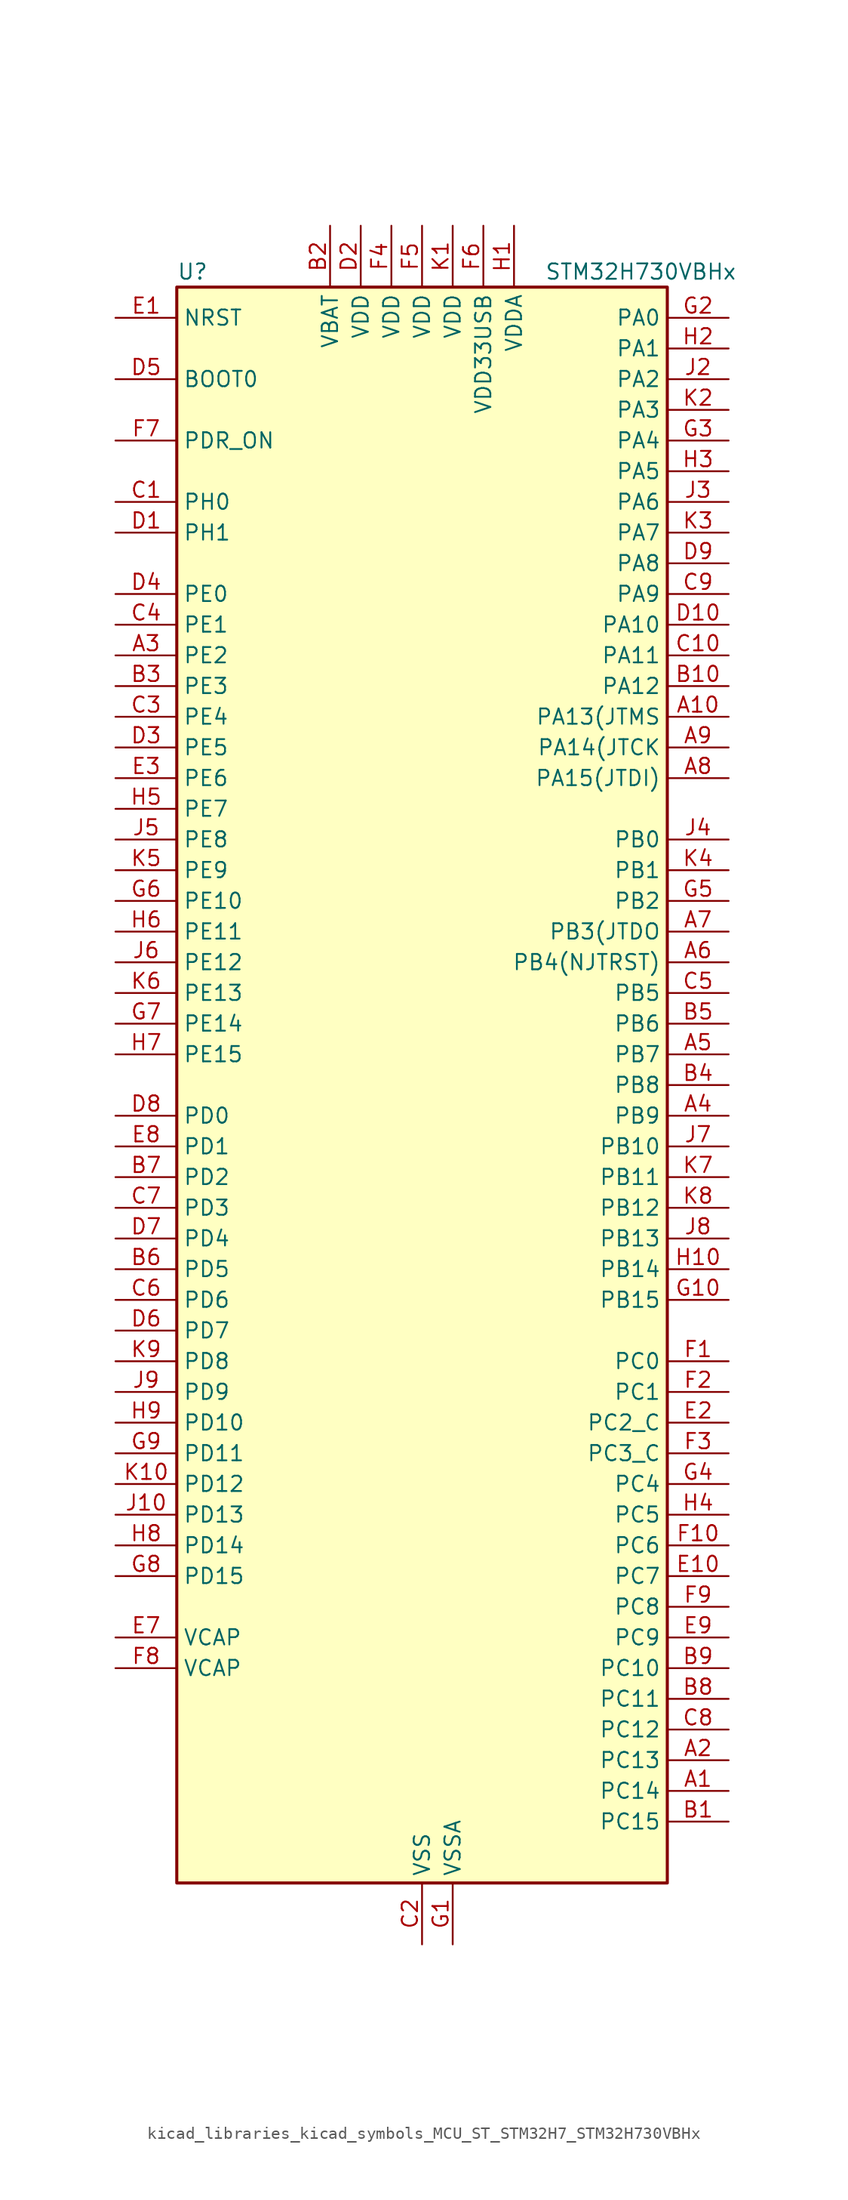
<source format=kicad_sym>
(kicad_symbol_lib
  (version 20220914)
  (generator kicad_symbol_editor)
  (symbol "kicad_libraries_kicad_symbols_MCU_ST_STM32H7_STM32H730VBHx"
    (property "Reference" "U"
      (at -20.32 67.31 0)
      (effects (font (size 1.27 1.27)) (justify left)))
    (property "Value" "STM32H730VBHx"
      (at 10.16 67.31 0)
      (effects (font (size 1.27 1.27)) (justify left)))
    (property "ki_locked" ""
      (at 0 0 0)
      (effects (font (size 1.27 1.27))))
    (symbol "kicad_libraries_kicad_symbols_MCU_ST_STM32H7_STM32H730VBHx_0_1"
      (rectangle (start -20.32 -66.04) (end 20.32 66.04) (stroke (width 0.254) (type default)) (fill (type background))))
    (symbol "kicad_libraries_kicad_symbols_MCU_ST_STM32H7_STM32H730VBHx_1_1"
      (pin bidirectional line (at 25.4 -58.42 180) (length 5.08) (name "PC14" (effects (font (size 1.27 1.27)))) (number "A1" (effects (font (size 1.27 1.27)))) (alternate "RCC_OSC32_IN" bidirectional line))
      (pin bidirectional line (at 25.4 30.48 180) (length 5.08) (name "PA13(JTMS" (effects (font (size 1.27 1.27)))) (number "A10" (effects (font (size 1.27 1.27)))) (alternate "DEBUG_JTMS-SWDIO" bidirectional line))
      (pin bidirectional line (at 25.4 -55.88 180) (length 5.08) (name "PC13" (effects (font (size 1.27 1.27)))) (number "A2" (effects (font (size 1.27 1.27)))) (alternate "PWR_WKUP4" bidirectional line) (alternate "RTC_OUT_ALARM" bidirectional line) (alternate "RTC_OUT_CALIB" bidirectional line) (alternate "RTC_TAMP1" bidirectional line) (alternate "RTC_TS" bidirectional line))
      (pin bidirectional line (at -25.4 35.56 0) (length 5.08) (name "PE2" (effects (font (size 1.27 1.27)))) (number "A3" (effects (font (size 1.27 1.27)))) (alternate "DEBUG_TRACECLK" bidirectional line) (alternate "ETH_TXD3" bidirectional line) (alternate "FMC_A23" bidirectional line) (alternate "OCTOSPIM_P1_IO2" bidirectional line) (alternate "SAI1_CK1" bidirectional line) (alternate "SAI1_MCLK_A" bidirectional line) (alternate "SAI4_CK1" bidirectional line) (alternate "SAI4_MCLK_A" bidirectional line) (alternate "SPI4_SCK" bidirectional line) (alternate "USART10_RX" bidirectional line))
      (pin bidirectional line (at 25.4 -2.54 180) (length 5.08) (name "PB9" (effects (font (size 1.27 1.27)))) (number "A4" (effects (font (size 1.27 1.27)))) (alternate "DAC1_EXTI9" bidirectional line) (alternate "DCMI_D7" bidirectional line) (alternate "DFSDM1_DATIN7" bidirectional line) (alternate "FDCAN1_TX" bidirectional line) (alternate "I2C1_SDA" bidirectional line) (alternate "I2C4_SDA" bidirectional line) (alternate "I2C4_SMBA" bidirectional line) (alternate "I2S2_WS" bidirectional line) (alternate "LTDC_B7" bidirectional line) (alternate "PSSI_D7" bidirectional line) (alternate "SDMMC1_CDIR" bidirectional line) (alternate "SDMMC1_D5" bidirectional line) (alternate "SDMMC2_D5" bidirectional line) (alternate "SPI2_NSS" bidirectional line) (alternate "TIM17_CH1" bidirectional line) (alternate "TIM4_CH4" bidirectional line) (alternate "UART4_TX" bidirectional line))
      (pin bidirectional line (at 25.4 2.54 180) (length 5.08) (name "PB7" (effects (font (size 1.27 1.27)))) (number "A5" (effects (font (size 1.27 1.27)))) (alternate "DCMI_VSYNC" bidirectional line) (alternate "DFSDM1_CKIN5" bidirectional line) (alternate "FMC_NL" bidirectional line) (alternate "I2C1_SDA" bidirectional line) (alternate "I2C4_SDA" bidirectional line) (alternate "LPUART1_RX" bidirectional line) (alternate "PSSI_RDY" bidirectional line) (alternate "PWR_PVD_IN" bidirectional line) (alternate "TIM17_CH1N" bidirectional line) (alternate "TIM4_CH2" bidirectional line) (alternate "USART1_RX" bidirectional line))
      (pin bidirectional line (at 25.4 10.16 180) (length 5.08) (name "PB4(NJTRST)" (effects (font (size 1.27 1.27)))) (number "A6" (effects (font (size 1.27 1.27)))) (alternate "DEBUG_JTRST" bidirectional line) (alternate "I2S1_SDI" bidirectional line) (alternate "I2S2_WS" bidirectional line) (alternate "I2S3_SDI" bidirectional line) (alternate "I2S6_SDI" bidirectional line) (alternate "SDMMC2_D3" bidirectional line) (alternate "SPI1_MISO" bidirectional line) (alternate "SPI2_NSS" bidirectional line) (alternate "SPI3_MISO" bidirectional line) (alternate "SPI6_MISO" bidirectional line) (alternate "TIM16_BKIN" bidirectional line) (alternate "TIM3_CH1" bidirectional line) (alternate "UART7_TX" bidirectional line))
      (pin bidirectional line (at 25.4 12.7 180) (length 5.08) (name "PB3(JTDO" (effects (font (size 1.27 1.27)))) (number "A7" (effects (font (size 1.27 1.27)))) (alternate "CRS_SYNC" bidirectional line) (alternate "DEBUG_JTDO-SWO" bidirectional line) (alternate "I2S1_CK" bidirectional line) (alternate "I2S3_CK" bidirectional line) (alternate "I2S6_CK" bidirectional line) (alternate "SDMMC2_D2" bidirectional line) (alternate "SPI1_SCK" bidirectional line) (alternate "SPI3_SCK" bidirectional line) (alternate "SPI6_SCK" bidirectional line) (alternate "TIM24_ETR" bidirectional line) (alternate "TIM2_CH2" bidirectional line) (alternate "UART7_RX" bidirectional line))
      (pin bidirectional line (at 25.4 25.4 180) (length 5.08) (name "PA15(JTDI)" (effects (font (size 1.27 1.27)))) (number "A8" (effects (font (size 1.27 1.27)))) (alternate "ADC1_EXTI15" bidirectional line) (alternate "ADC2_EXTI15" bidirectional line) (alternate "ADC3_EXTI15" bidirectional line) (alternate "CEC" bidirectional line) (alternate "DEBUG_JTDI" bidirectional line) (alternate "I2S1_WS" bidirectional line) (alternate "I2S3_WS" bidirectional line) (alternate "I2S6_WS" bidirectional line) (alternate "LTDC_B6" bidirectional line) (alternate "LTDC_R3" bidirectional line) (alternate "SPI1_NSS" bidirectional line) (alternate "SPI3_NSS" bidirectional line) (alternate "SPI6_NSS" bidirectional line) (alternate "TIM2_CH1" bidirectional line) (alternate "TIM2_ETR" bidirectional line) (alternate "UART4_DE" bidirectional line) (alternate "UART4_RTS" bidirectional line) (alternate "UART7_TX" bidirectional line))
      (pin bidirectional line (at 25.4 27.94 180) (length 5.08) (name "PA14(JTCK" (effects (font (size 1.27 1.27)))) (number "A9" (effects (font (size 1.27 1.27)))) (alternate "DEBUG_JTCK-SWCLK" bidirectional line))
      (pin bidirectional line (at 25.4 -60.96 180) (length 5.08) (name "PC15" (effects (font (size 1.27 1.27)))) (number "B1" (effects (font (size 1.27 1.27)))) (alternate "ADC1_EXTI15" bidirectional line) (alternate "ADC2_EXTI15" bidirectional line) (alternate "ADC3_EXTI15" bidirectional line) (alternate "RCC_OSC32_OUT" bidirectional line))
      (pin bidirectional line (at 25.4 33.02 180) (length 5.08) (name "PA12" (effects (font (size 1.27 1.27)))) (number "B10" (effects (font (size 1.27 1.27)))) (alternate "FDCAN1_TX" bidirectional line) (alternate "I2S2_CK" bidirectional line) (alternate "LPUART1_DE" bidirectional line) (alternate "LPUART1_RTS" bidirectional line) (alternate "LTDC_R5" bidirectional line) (alternate "SAI4_FS_B" bidirectional line) (alternate "SPI2_SCK" bidirectional line) (alternate "TIM1_BKIN2" bidirectional line) (alternate "TIM1_ETR" bidirectional line) (alternate "UART4_TX" bidirectional line) (alternate "USART1_DE" bidirectional line) (alternate "USART1_RTS" bidirectional line) (alternate "USB_OTG_HS_DP" bidirectional line))
      (pin power_in line (at -7.62 71.12 270) (length 5.08) (name "VBAT" (effects (font (size 1.27 1.27)))) (number "B2" (effects (font (size 1.27 1.27)))))
      (pin bidirectional line (at -25.4 33.02 0) (length 5.08) (name "PE3" (effects (font (size 1.27 1.27)))) (number "B3" (effects (font (size 1.27 1.27)))) (alternate "DEBUG_TRACED0" bidirectional line) (alternate "FMC_A19" bidirectional line) (alternate "SAI1_SD_B" bidirectional line) (alternate "SAI4_SD_B" bidirectional line) (alternate "TIM15_BKIN" bidirectional line) (alternate "USART10_TX" bidirectional line))
      (pin bidirectional line (at 25.4 0 180) (length 5.08) (name "PB8" (effects (font (size 1.27 1.27)))) (number "B4" (effects (font (size 1.27 1.27)))) (alternate "DCMI_D6" bidirectional line) (alternate "DFSDM1_CKIN7" bidirectional line) (alternate "ETH_TXD3" bidirectional line) (alternate "FDCAN1_RX" bidirectional line) (alternate "I2C1_SCL" bidirectional line) (alternate "I2C4_SCL" bidirectional line) (alternate "LTDC_B6" bidirectional line) (alternate "PSSI_D6" bidirectional line) (alternate "SDMMC1_CKIN" bidirectional line) (alternate "SDMMC1_D4" bidirectional line) (alternate "SDMMC2_D4" bidirectional line) (alternate "TIM16_CH1" bidirectional line) (alternate "TIM4_CH3" bidirectional line) (alternate "UART4_RX" bidirectional line))
      (pin bidirectional line (at 25.4 5.08 180) (length 5.08) (name "PB6" (effects (font (size 1.27 1.27)))) (number "B5" (effects (font (size 1.27 1.27)))) (alternate "CEC" bidirectional line) (alternate "DCMI_D5" bidirectional line) (alternate "DFSDM1_DATIN5" bidirectional line) (alternate "FDCAN2_TX" bidirectional line) (alternate "FMC_SDNE1" bidirectional line) (alternate "I2C1_SCL" bidirectional line) (alternate "I2C4_SCL" bidirectional line) (alternate "LPUART1_TX" bidirectional line) (alternate "OCTOSPIM_P1_NCS" bidirectional line) (alternate "PSSI_D5" bidirectional line) (alternate "TIM16_CH1N" bidirectional line) (alternate "TIM4_CH1" bidirectional line) (alternate "UART5_TX" bidirectional line) (alternate "USART1_TX" bidirectional line))
      (pin bidirectional line (at -25.4 -15.24 0) (length 5.08) (name "PD5" (effects (font (size 1.27 1.27)))) (number "B6" (effects (font (size 1.27 1.27)))) (alternate "FMC_NWE" bidirectional line) (alternate "OCTOSPIM_P1_IO5" bidirectional line) (alternate "USART2_TX" bidirectional line))
      (pin bidirectional line (at -25.4 -7.62 0) (length 5.08) (name "PD2" (effects (font (size 1.27 1.27)))) (number "B7" (effects (font (size 1.27 1.27)))) (alternate "DCMI_D11" bidirectional line) (alternate "DEBUG_TRACED2" bidirectional line) (alternate "FMC_D7" bidirectional line) (alternate "FMC_DA7" bidirectional line) (alternate "LTDC_B2" bidirectional line) (alternate "LTDC_B7" bidirectional line) (alternate "PSSI_D11" bidirectional line) (alternate "SDMMC1_CMD" bidirectional line) (alternate "TIM15_BKIN" bidirectional line) (alternate "TIM3_ETR" bidirectional line) (alternate "UART5_RX" bidirectional line))
      (pin bidirectional line (at 25.4 -50.8 180) (length 5.08) (name "PC11" (effects (font (size 1.27 1.27)))) (number "B8" (effects (font (size 1.27 1.27)))) (alternate "ADC1_EXTI11" bidirectional line) (alternate "ADC2_EXTI11" bidirectional line) (alternate "ADC3_EXTI11" bidirectional line) (alternate "DCMI_D4" bidirectional line) (alternate "DFSDM1_DATIN5" bidirectional line) (alternate "I2C5_SCL" bidirectional line) (alternate "I2S3_SDI" bidirectional line) (alternate "LTDC_B4" bidirectional line) (alternate "OCTOSPIM_P1_NCS" bidirectional line) (alternate "PSSI_D4" bidirectional line) (alternate "SDMMC1_D3" bidirectional line) (alternate "SPI3_MISO" bidirectional line) (alternate "UART4_RX" bidirectional line) (alternate "USART3_RX" bidirectional line))
      (pin bidirectional line (at 25.4 -48.26 180) (length 5.08) (name "PC10" (effects (font (size 1.27 1.27)))) (number "B9" (effects (font (size 1.27 1.27)))) (alternate "DCMI_D8" bidirectional line) (alternate "DFSDM1_CKIN5" bidirectional line) (alternate "I2C5_SDA" bidirectional line) (alternate "I2S3_CK" bidirectional line) (alternate "LTDC_B1" bidirectional line) (alternate "LTDC_R2" bidirectional line) (alternate "OCTOSPIM_P1_IO1" bidirectional line) (alternate "PSSI_D8" bidirectional line) (alternate "SDMMC1_D2" bidirectional line) (alternate "SPI3_SCK" bidirectional line) (alternate "SWPMI1_RX" bidirectional line) (alternate "UART4_TX" bidirectional line) (alternate "USART3_TX" bidirectional line))
      (pin bidirectional line (at -25.4 48.26 0) (length 5.08) (name "PH0" (effects (font (size 1.27 1.27)))) (number "C1" (effects (font (size 1.27 1.27)))) (alternate "RCC_OSC_IN" bidirectional line))
      (pin bidirectional line (at 25.4 35.56 180) (length 5.08) (name "PA11" (effects (font (size 1.27 1.27)))) (number "C10" (effects (font (size 1.27 1.27)))) (alternate "ADC1_EXTI11" bidirectional line) (alternate "ADC2_EXTI11" bidirectional line) (alternate "ADC3_EXTI11" bidirectional line) (alternate "FDCAN1_RX" bidirectional line) (alternate "I2S2_WS" bidirectional line) (alternate "LPUART1_CTS" bidirectional line) (alternate "LTDC_R4" bidirectional line) (alternate "SPI2_NSS" bidirectional line) (alternate "TIM1_CH4" bidirectional line) (alternate "UART4_RX" bidirectional line) (alternate "USART1_CTS" bidirectional line) (alternate "USART1_NSS" bidirectional line) (alternate "USB_OTG_HS_DM" bidirectional line))
      (pin power_in line (at 0 -71.12 90) (length 5.08) (name "VSS" (effects (font (size 1.27 1.27)))) (number "C2" (effects (font (size 1.27 1.27)))))
      (pin bidirectional line (at -25.4 30.48 0) (length 5.08) (name "PE4" (effects (font (size 1.27 1.27)))) (number "C3" (effects (font (size 1.27 1.27)))) (alternate "DCMI_D4" bidirectional line) (alternate "DEBUG_TRACED1" bidirectional line) (alternate "DFSDM1_DATIN3" bidirectional line) (alternate "FMC_A20" bidirectional line) (alternate "LTDC_B0" bidirectional line) (alternate "PSSI_D4" bidirectional line) (alternate "SAI1_D2" bidirectional line) (alternate "SAI1_FS_A" bidirectional line) (alternate "SAI4_D2" bidirectional line) (alternate "SAI4_FS_A" bidirectional line) (alternate "SPI4_NSS" bidirectional line) (alternate "TIM15_CH1N" bidirectional line))
      (pin bidirectional line (at -25.4 38.1 0) (length 5.08) (name "PE1" (effects (font (size 1.27 1.27)))) (number "C4" (effects (font (size 1.27 1.27)))) (alternate "DCMI_D3" bidirectional line) (alternate "FMC_NBL1" bidirectional line) (alternate "LPTIM1_IN2" bidirectional line) (alternate "LTDC_R6" bidirectional line) (alternate "PSSI_D3" bidirectional line) (alternate "UART8_TX" bidirectional line))
      (pin bidirectional line (at 25.4 7.62 180) (length 5.08) (name "PB5" (effects (font (size 1.27 1.27)))) (number "C5" (effects (font (size 1.27 1.27)))) (alternate "DCMI_D10" bidirectional line) (alternate "ETH_PPS_OUT" bidirectional line) (alternate "FDCAN2_RX" bidirectional line) (alternate "FMC_SDCKE1" bidirectional line) (alternate "I2C1_SMBA" bidirectional line) (alternate "I2C4_SMBA" bidirectional line) (alternate "I2S1_SDO" bidirectional line) (alternate "I2S3_SDO" bidirectional line) (alternate "I2S6_SDO" bidirectional line) (alternate "LTDC_B5" bidirectional line) (alternate "PSSI_D10" bidirectional line) (alternate "SPI1_MOSI" bidirectional line) (alternate "SPI3_MOSI" bidirectional line) (alternate "SPI6_MOSI" bidirectional line) (alternate "TIM17_BKIN" bidirectional line) (alternate "TIM3_CH2" bidirectional line) (alternate "UART5_RX" bidirectional line) (alternate "USB_OTG_HS_ULPI_D7" bidirectional line))
      (pin bidirectional line (at -25.4 -17.78 0) (length 5.08) (name "PD6" (effects (font (size 1.27 1.27)))) (number "C6" (effects (font (size 1.27 1.27)))) (alternate "DCMI_D10" bidirectional line) (alternate "DFSDM1_CKIN4" bidirectional line) (alternate "DFSDM1_DATIN1" bidirectional line) (alternate "FMC_NWAIT" bidirectional line) (alternate "I2S3_SDO" bidirectional line) (alternate "LTDC_B2" bidirectional line) (alternate "OCTOSPIM_P1_IO6" bidirectional line) (alternate "PSSI_D10" bidirectional line) (alternate "SAI1_D1" bidirectional line) (alternate "SAI1_SD_A" bidirectional line) (alternate "SAI4_D1" bidirectional line) (alternate "SAI4_SD_A" bidirectional line) (alternate "SDMMC2_CK" bidirectional line) (alternate "SPI3_MOSI" bidirectional line) (alternate "USART2_RX" bidirectional line))
      (pin bidirectional line (at -25.4 -10.16 0) (length 5.08) (name "PD3" (effects (font (size 1.27 1.27)))) (number "C7" (effects (font (size 1.27 1.27)))) (alternate "DCMI_D5" bidirectional line) (alternate "DFSDM1_CKOUT" bidirectional line) (alternate "FMC_CLK" bidirectional line) (alternate "I2S2_CK" bidirectional line) (alternate "LTDC_G7" bidirectional line) (alternate "PSSI_D5" bidirectional line) (alternate "SPI2_SCK" bidirectional line) (alternate "USART2_CTS" bidirectional line) (alternate "USART2_NSS" bidirectional line))
      (pin bidirectional line (at 25.4 -53.34 180) (length 5.08) (name "PC12" (effects (font (size 1.27 1.27)))) (number "C8" (effects (font (size 1.27 1.27)))) (alternate "DCMI_D9" bidirectional line) (alternate "DEBUG_TRACED3" bidirectional line) (alternate "FMC_D6" bidirectional line) (alternate "FMC_DA6" bidirectional line) (alternate "I2C5_SMBA" bidirectional line) (alternate "I2S3_SDO" bidirectional line) (alternate "I2S6_CK" bidirectional line) (alternate "LTDC_R6" bidirectional line) (alternate "PSSI_D9" bidirectional line) (alternate "SDMMC1_CK" bidirectional line) (alternate "SPI3_MOSI" bidirectional line) (alternate "SPI6_SCK" bidirectional line) (alternate "TIM15_CH1" bidirectional line) (alternate "UART5_TX" bidirectional line) (alternate "USART3_CK" bidirectional line))
      (pin bidirectional line (at 25.4 40.64 180) (length 5.08) (name "PA9" (effects (font (size 1.27 1.27)))) (number "C9" (effects (font (size 1.27 1.27)))) (alternate "DAC1_EXTI9" bidirectional line) (alternate "DCMI_D0" bidirectional line) (alternate "ETH_TX_ER" bidirectional line) (alternate "I2C3_SMBA" bidirectional line) (alternate "I2C5_SMBA" bidirectional line) (alternate "I2S2_CK" bidirectional line) (alternate "LPUART1_TX" bidirectional line) (alternate "LTDC_R5" bidirectional line) (alternate "PSSI_D0" bidirectional line) (alternate "SPI2_SCK" bidirectional line) (alternate "TIM1_CH2" bidirectional line) (alternate "USART1_TX" bidirectional line) (alternate "USB_OTG_HS_VBUS" bidirectional line))
      (pin bidirectional line (at -25.4 45.72 0) (length 5.08) (name "PH1" (effects (font (size 1.27 1.27)))) (number "D1" (effects (font (size 1.27 1.27)))) (alternate "RCC_OSC_OUT" bidirectional line))
      (pin bidirectional line (at 25.4 38.1 180) (length 5.08) (name "PA10" (effects (font (size 1.27 1.27)))) (number "D10" (effects (font (size 1.27 1.27)))) (alternate "DCMI_D1" bidirectional line) (alternate "LPUART1_RX" bidirectional line) (alternate "LTDC_B1" bidirectional line) (alternate "LTDC_B4" bidirectional line) (alternate "MDIOS_MDIO" bidirectional line) (alternate "PSSI_D1" bidirectional line) (alternate "TIM1_CH3" bidirectional line) (alternate "USART1_RX" bidirectional line) (alternate "USB_OTG_HS_ID" bidirectional line))
      (pin power_in line (at -5.08 71.12 270) (length 5.08) (name "VDD" (effects (font (size 1.27 1.27)))) (number "D2" (effects (font (size 1.27 1.27)))))
      (pin bidirectional line (at -25.4 27.94 0) (length 5.08) (name "PE5" (effects (font (size 1.27 1.27)))) (number "D3" (effects (font (size 1.27 1.27)))) (alternate "DCMI_D6" bidirectional line) (alternate "DEBUG_TRACED2" bidirectional line) (alternate "DFSDM1_CKIN3" bidirectional line) (alternate "FMC_A21" bidirectional line) (alternate "LTDC_G0" bidirectional line) (alternate "PSSI_D6" bidirectional line) (alternate "SAI1_CK2" bidirectional line) (alternate "SAI1_SCK_A" bidirectional line) (alternate "SAI4_CK2" bidirectional line) (alternate "SAI4_SCK_A" bidirectional line) (alternate "SPI4_MISO" bidirectional line) (alternate "TIM15_CH1" bidirectional line))
      (pin bidirectional line (at -25.4 40.64 0) (length 5.08) (name "PE0" (effects (font (size 1.27 1.27)))) (number "D4" (effects (font (size 1.27 1.27)))) (alternate "DCMI_D2" bidirectional line) (alternate "FMC_NBL0" bidirectional line) (alternate "LPTIM1_ETR" bidirectional line) (alternate "LPTIM2_ETR" bidirectional line) (alternate "LTDC_R0" bidirectional line) (alternate "PSSI_D2" bidirectional line) (alternate "SAI4_MCLK_A" bidirectional line) (alternate "TIM4_ETR" bidirectional line) (alternate "UART8_RX" bidirectional line))
      (pin input line (at -25.4 58.42 0) (length 5.08) (name "BOOT0" (effects (font (size 1.27 1.27)))) (number "D5" (effects (font (size 1.27 1.27)))))
      (pin bidirectional line (at -25.4 -20.32 0) (length 5.08) (name "PD7" (effects (font (size 1.27 1.27)))) (number "D6" (effects (font (size 1.27 1.27)))) (alternate "DFSDM1_CKIN1" bidirectional line) (alternate "DFSDM1_DATIN4" bidirectional line) (alternate "FMC_NE1" bidirectional line) (alternate "I2S1_SDO" bidirectional line) (alternate "OCTOSPIM_P1_IO7" bidirectional line) (alternate "SDMMC2_CMD" bidirectional line) (alternate "SPDIFRX1_IN0" bidirectional line) (alternate "SPI1_MOSI" bidirectional line) (alternate "USART2_CK" bidirectional line))
      (pin bidirectional line (at -25.4 -12.7 0) (length 5.08) (name "PD4" (effects (font (size 1.27 1.27)))) (number "D7" (effects (font (size 1.27 1.27)))) (alternate "FMC_NOE" bidirectional line) (alternate "OCTOSPIM_P1_IO4" bidirectional line) (alternate "USART2_DE" bidirectional line) (alternate "USART2_RTS" bidirectional line))
      (pin bidirectional line (at -25.4 -2.54 0) (length 5.08) (name "PD0" (effects (font (size 1.27 1.27)))) (number "D8" (effects (font (size 1.27 1.27)))) (alternate "DFSDM1_CKIN6" bidirectional line) (alternate "FDCAN1_RX" bidirectional line) (alternate "FMC_D2" bidirectional line) (alternate "FMC_DA2" bidirectional line) (alternate "LTDC_B1" bidirectional line) (alternate "UART4_RX" bidirectional line) (alternate "UART9_CTS" bidirectional line))
      (pin bidirectional line (at 25.4 43.18 180) (length 5.08) (name "PA8" (effects (font (size 1.27 1.27)))) (number "D9" (effects (font (size 1.27 1.27)))) (alternate "I2C3_SCL" bidirectional line) (alternate "I2C5_SCL" bidirectional line) (alternate "LTDC_B3" bidirectional line) (alternate "LTDC_R6" bidirectional line) (alternate "RCC_MCO_1" bidirectional line) (alternate "TIM1_CH1" bidirectional line) (alternate "TIM8_BKIN2" bidirectional line) (alternate "TIM8_BKIN2_COMP1" bidirectional line) (alternate "TIM8_BKIN2_COMP2" bidirectional line) (alternate "UART7_RX" bidirectional line) (alternate "USART1_CK" bidirectional line) (alternate "USB_OTG_HS_SOF" bidirectional line))
      (pin input line (at -25.4 63.5 0) (length 5.08) (name "NRST" (effects (font (size 1.27 1.27)))) (number "E1" (effects (font (size 1.27 1.27)))))
      (pin bidirectional line (at 25.4 -40.64 180) (length 5.08) (name "PC7" (effects (font (size 1.27 1.27)))) (number "E10" (effects (font (size 1.27 1.27)))) (alternate "DCMI_D1" bidirectional line) (alternate "DEBUG_TRGIO" bidirectional line) (alternate "DFSDM1_DATIN3" bidirectional line) (alternate "FMC_NE1" bidirectional line) (alternate "I2S3_MCK" bidirectional line) (alternate "LTDC_G6" bidirectional line) (alternate "PSSI_D1" bidirectional line) (alternate "SDMMC1_D123DIR" bidirectional line) (alternate "SDMMC1_D7" bidirectional line) (alternate "SDMMC2_D7" bidirectional line) (alternate "SWPMI1_TX" bidirectional line) (alternate "TIM3_CH2" bidirectional line) (alternate "TIM8_CH2" bidirectional line) (alternate "USART6_RX" bidirectional line))
      (pin bidirectional line (at 25.4 -27.94 180) (length 5.08) (name "PC2_C" (effects (font (size 1.27 1.27)))) (number "E2" (effects (font (size 1.27 1.27)))) (alternate "ADC3_INN1" bidirectional line) (alternate "ADC3_INP0" bidirectional line) (alternate "DFSDM1_CKIN1" bidirectional line) (alternate "DFSDM1_CKOUT" bidirectional line) (alternate "ETH_TXD2" bidirectional line) (alternate "FMC_SDNE0" bidirectional line) (alternate "I2S2_SDI" bidirectional line) (alternate "OCTOSPIM_P1_IO2" bidirectional line) (alternate "OCTOSPIM_P1_IO5" bidirectional line) (alternate "PWR_CSTOP" bidirectional line) (alternate "SPI2_MISO" bidirectional line) (alternate "USB_OTG_HS_ULPI_DIR" bidirectional line))
      (pin bidirectional line (at -25.4 25.4 0) (length 5.08) (name "PE6" (effects (font (size 1.27 1.27)))) (number "E3" (effects (font (size 1.27 1.27)))) (alternate "DCMI_D7" bidirectional line) (alternate "DEBUG_TRACED3" bidirectional line) (alternate "FMC_A22" bidirectional line) (alternate "LTDC_G1" bidirectional line) (alternate "PSSI_D7" bidirectional line) (alternate "SAI1_D1" bidirectional line) (alternate "SAI1_SD_A" bidirectional line) (alternate "SAI4_D1" bidirectional line) (alternate "SAI4_MCLK_B" bidirectional line) (alternate "SAI4_SD_A" bidirectional line) (alternate "SPI4_MOSI" bidirectional line) (alternate "TIM15_CH2" bidirectional line) (alternate "TIM1_BKIN2" bidirectional line) (alternate "TIM1_BKIN2_COMP1" bidirectional line) (alternate "TIM1_BKIN2_COMP2" bidirectional line))
      (pin passive line (at 0 -71.12 90) (length 5.08) hide (name "VSS" (effects (font (size 1.27 1.27)))) (number "E4" (effects (font (size 1.27 1.27)))))
      (pin passive line (at 0 -71.12 90) (length 5.08) hide (name "VSS" (effects (font (size 1.27 1.27)))) (number "E5" (effects (font (size 1.27 1.27)))))
      (pin passive line (at 0 -71.12 90) (length 5.08) hide (name "VSS" (effects (font (size 1.27 1.27)))) (number "E6" (effects (font (size 1.27 1.27)))))
      (pin power_out line (at -25.4 -45.72 0) (length 5.08) (name "VCAP" (effects (font (size 1.27 1.27)))) (number "E7" (effects (font (size 1.27 1.27)))))
      (pin bidirectional line (at -25.4 -5.08 0) (length 5.08) (name "PD1" (effects (font (size 1.27 1.27)))) (number "E8" (effects (font (size 1.27 1.27)))) (alternate "DFSDM1_DATIN6" bidirectional line) (alternate "FDCAN1_TX" bidirectional line) (alternate "FMC_D3" bidirectional line) (alternate "FMC_DA3" bidirectional line) (alternate "UART4_TX" bidirectional line))
      (pin bidirectional line (at 25.4 -45.72 180) (length 5.08) (name "PC9" (effects (font (size 1.27 1.27)))) (number "E9" (effects (font (size 1.27 1.27)))) (alternate "DAC1_EXTI9" bidirectional line) (alternate "DCMI_D3" bidirectional line) (alternate "I2C3_SDA" bidirectional line) (alternate "I2C5_SDA" bidirectional line) (alternate "I2S_CKIN" bidirectional line) (alternate "LTDC_B2" bidirectional line) (alternate "LTDC_G3" bidirectional line) (alternate "OCTOSPIM_P1_IO0" bidirectional line) (alternate "PSSI_D3" bidirectional line) (alternate "RCC_MCO_2" bidirectional line) (alternate "SDMMC1_D1" bidirectional line) (alternate "SWPMI1_SUSPEND" bidirectional line) (alternate "TIM3_CH4" bidirectional line) (alternate "TIM8_CH4" bidirectional line) (alternate "UART5_CTS" bidirectional line))
      (pin bidirectional line (at 25.4 -22.86 180) (length 5.08) (name "PC0" (effects (font (size 1.27 1.27)))) (number "F1" (effects (font (size 1.27 1.27)))) (alternate "ADC1_INP10" bidirectional line) (alternate "ADC2_INP10" bidirectional line) (alternate "ADC3_INP10" bidirectional line) (alternate "DFSDM1_CKIN0" bidirectional line) (alternate "DFSDM1_DATIN4" bidirectional line) (alternate "FMC_A25" bidirectional line) (alternate "FMC_D12" bidirectional line) (alternate "FMC_DA12" bidirectional line) (alternate "FMC_SDNWE" bidirectional line) (alternate "LTDC_G2" bidirectional line) (alternate "LTDC_R5" bidirectional line) (alternate "SAI4_FS_B" bidirectional line) (alternate "USB_OTG_HS_ULPI_STP" bidirectional line))
      (pin bidirectional line (at 25.4 -38.1 180) (length 5.08) (name "PC6" (effects (font (size 1.27 1.27)))) (number "F10" (effects (font (size 1.27 1.27)))) (alternate "DCMI_D0" bidirectional line) (alternate "DFSDM1_CKIN3" bidirectional line) (alternate "FMC_NWAIT" bidirectional line) (alternate "I2S2_MCK" bidirectional line) (alternate "LTDC_HSYNC" bidirectional line) (alternate "PSSI_D0" bidirectional line) (alternate "SDMMC1_D0DIR" bidirectional line) (alternate "SDMMC1_D6" bidirectional line) (alternate "SDMMC2_D6" bidirectional line) (alternate "SWPMI1_IO" bidirectional line) (alternate "TIM3_CH1" bidirectional line) (alternate "TIM8_CH1" bidirectional line) (alternate "USART6_TX" bidirectional line))
      (pin bidirectional line (at 25.4 -25.4 180) (length 5.08) (name "PC1" (effects (font (size 1.27 1.27)))) (number "F2" (effects (font (size 1.27 1.27)))) (alternate "ADC1_INN10" bidirectional line) (alternate "ADC1_INP11" bidirectional line) (alternate "ADC2_INN10" bidirectional line) (alternate "ADC2_INP11" bidirectional line) (alternate "ADC3_INN10" bidirectional line) (alternate "ADC3_INP11" bidirectional line) (alternate "DEBUG_TRACED0" bidirectional line) (alternate "DFSDM1_CKIN4" bidirectional line) (alternate "DFSDM1_DATIN0" bidirectional line) (alternate "ETH_MDC" bidirectional line) (alternate "I2S2_SDO" bidirectional line) (alternate "LTDC_G5" bidirectional line) (alternate "MDIOS_MDC" bidirectional line) (alternate "OCTOSPIM_P1_IO4" bidirectional line) (alternate "PWR_WKUP6" bidirectional line) (alternate "RTC_TAMP3" bidirectional line) (alternate "SAI1_D1" bidirectional line) (alternate "SAI1_SD_A" bidirectional line) (alternate "SAI4_D1" bidirectional line) (alternate "SAI4_SD_A" bidirectional line) (alternate "SDMMC2_CK" bidirectional line) (alternate "SPI2_MOSI" bidirectional line))
      (pin bidirectional line (at 25.4 -30.48 180) (length 5.08) (name "PC3_C" (effects (font (size 1.27 1.27)))) (number "F3" (effects (font (size 1.27 1.27)))) (alternate "ADC3_INP1" bidirectional line) (alternate "DFSDM1_DATIN1" bidirectional line) (alternate "ETH_TX_CLK" bidirectional line) (alternate "FMC_SDCKE0" bidirectional line) (alternate "I2S2_SDO" bidirectional line) (alternate "OCTOSPIM_P1_IO0" bidirectional line) (alternate "OCTOSPIM_P1_IO6" bidirectional line) (alternate "PWR_CSLEEP" bidirectional line) (alternate "SPI2_MOSI" bidirectional line) (alternate "USB_OTG_HS_ULPI_NXT" bidirectional line))
      (pin power_in line (at -2.54 71.12 270) (length 5.08) (name "VDD" (effects (font (size 1.27 1.27)))) (number "F4" (effects (font (size 1.27 1.27)))))
      (pin power_in line (at 0 71.12 270) (length 5.08) (name "VDD" (effects (font (size 1.27 1.27)))) (number "F5" (effects (font (size 1.27 1.27)))))
      (pin power_in line (at 5.08 71.12 270) (length 5.08) (name "VDD33USB" (effects (font (size 1.27 1.27)))) (number "F6" (effects (font (size 1.27 1.27)))))
      (pin input line (at -25.4 53.34 0) (length 5.08) (name "PDR_ON" (effects (font (size 1.27 1.27)))) (number "F7" (effects (font (size 1.27 1.27)))))
      (pin power_out line (at -25.4 -48.26 0) (length 5.08) (name "VCAP" (effects (font (size 1.27 1.27)))) (number "F8" (effects (font (size 1.27 1.27)))))
      (pin bidirectional line (at 25.4 -43.18 180) (length 5.08) (name "PC8" (effects (font (size 1.27 1.27)))) (number "F9" (effects (font (size 1.27 1.27)))) (alternate "DCMI_D2" bidirectional line) (alternate "DEBUG_TRACED1" bidirectional line) (alternate "FMC_INT" bidirectional line) (alternate "FMC_NCE" bidirectional line) (alternate "FMC_NE2" bidirectional line) (alternate "PSSI_D2" bidirectional line) (alternate "SDMMC1_D0" bidirectional line) (alternate "SWPMI1_RX" bidirectional line) (alternate "TIM3_CH3" bidirectional line) (alternate "TIM8_CH3" bidirectional line) (alternate "UART5_DE" bidirectional line) (alternate "UART5_RTS" bidirectional line) (alternate "USART6_CK" bidirectional line))
      (pin power_in line (at 2.54 -71.12 90) (length 5.08) (name "VSSA" (effects (font (size 1.27 1.27)))) (number "G1" (effects (font (size 1.27 1.27)))))
      (pin bidirectional line (at 25.4 -17.78 180) (length 5.08) (name "PB15" (effects (font (size 1.27 1.27)))) (number "G10" (effects (font (size 1.27 1.27)))) (alternate "ADC1_EXTI15" bidirectional line) (alternate "ADC2_EXTI15" bidirectional line) (alternate "ADC3_EXTI15" bidirectional line) (alternate "DFSDM1_CKIN2" bidirectional line) (alternate "FMC_D11" bidirectional line) (alternate "FMC_DA11" bidirectional line) (alternate "I2S2_SDO" bidirectional line) (alternate "LTDC_G7" bidirectional line) (alternate "RTC_REFIN" bidirectional line) (alternate "SDMMC2_D1" bidirectional line) (alternate "SPI2_MOSI" bidirectional line) (alternate "TIM12_CH2" bidirectional line) (alternate "TIM1_CH3N" bidirectional line) (alternate "TIM8_CH3N" bidirectional line) (alternate "UART4_CTS" bidirectional line) (alternate "USART1_RX" bidirectional line))
      (pin bidirectional line (at 25.4 63.5 180) (length 5.08) (name "PA0" (effects (font (size 1.27 1.27)))) (number "G2" (effects (font (size 1.27 1.27)))) (alternate "ADC1_INP16" bidirectional line) (alternate "ETH_CRS" bidirectional line) (alternate "FMC_A19" bidirectional line) (alternate "I2S6_WS" bidirectional line) (alternate "PWR_WKUP1" bidirectional line) (alternate "SAI4_SD_B" bidirectional line) (alternate "SDMMC2_CMD" bidirectional line) (alternate "SPI6_NSS" bidirectional line) (alternate "TIM15_BKIN" bidirectional line) (alternate "TIM2_CH1" bidirectional line) (alternate "TIM2_ETR" bidirectional line) (alternate "TIM5_CH1" bidirectional line) (alternate "TIM8_ETR" bidirectional line) (alternate "UART4_TX" bidirectional line) (alternate "USART2_CTS" bidirectional line) (alternate "USART2_NSS" bidirectional line))
      (pin bidirectional line (at 25.4 53.34 180) (length 5.08) (name "PA4" (effects (font (size 1.27 1.27)))) (number "G3" (effects (font (size 1.27 1.27)))) (alternate "ADC1_INP18" bidirectional line) (alternate "ADC2_INP18" bidirectional line) (alternate "DAC1_OUT1" bidirectional line) (alternate "DCMI_HSYNC" bidirectional line) (alternate "FMC_D8" bidirectional line) (alternate "FMC_DA8" bidirectional line) (alternate "I2S1_WS" bidirectional line) (alternate "I2S3_WS" bidirectional line) (alternate "I2S6_WS" bidirectional line) (alternate "LTDC_VSYNC" bidirectional line) (alternate "PSSI_DE" bidirectional line) (alternate "SPI1_NSS" bidirectional line) (alternate "SPI3_NSS" bidirectional line) (alternate "SPI6_NSS" bidirectional line) (alternate "TIM5_ETR" bidirectional line) (alternate "USART2_CK" bidirectional line))
      (pin bidirectional line (at 25.4 -33.02 180) (length 5.08) (name "PC4" (effects (font (size 1.27 1.27)))) (number "G4" (effects (font (size 1.27 1.27)))) (alternate "ADC1_INP4" bidirectional line) (alternate "ADC2_INP4" bidirectional line) (alternate "COMP1_INM" bidirectional line) (alternate "DFSDM1_CKIN2" bidirectional line) (alternate "ETH_RXD0" bidirectional line) (alternate "FMC_A22" bidirectional line) (alternate "FMC_SDNE0" bidirectional line) (alternate "I2S1_MCK" bidirectional line) (alternate "LTDC_R7" bidirectional line) (alternate "OPAMP1_VOUT" bidirectional line) (alternate "SDMMC2_CKIN" bidirectional line) (alternate "SPDIFRX1_IN2" bidirectional line))
      (pin bidirectional line (at 25.4 15.24 180) (length 5.08) (name "PB2" (effects (font (size 1.27 1.27)))) (number "G5" (effects (font (size 1.27 1.27)))) (alternate "COMP1_INP" bidirectional line) (alternate "DFSDM1_CKIN1" bidirectional line) (alternate "ETH_TX_ER" bidirectional line) (alternate "I2S3_SDO" bidirectional line) (alternate "OCTOSPIM_P1_CLK" bidirectional line) (alternate "OCTOSPIM_P1_DQS" bidirectional line) (alternate "RTC_OUT_ALARM" bidirectional line) (alternate "RTC_OUT_CALIB" bidirectional line) (alternate "SAI1_D1" bidirectional line) (alternate "SAI1_SD_A" bidirectional line) (alternate "SAI4_D1" bidirectional line) (alternate "SAI4_SD_A" bidirectional line) (alternate "SPI3_MOSI" bidirectional line) (alternate "TIM23_ETR" bidirectional line))
      (pin bidirectional line (at -25.4 15.24 0) (length 5.08) (name "PE10" (effects (font (size 1.27 1.27)))) (number "G6" (effects (font (size 1.27 1.27)))) (alternate "COMP2_INM" bidirectional line) (alternate "DFSDM1_DATIN4" bidirectional line) (alternate "FMC_D7" bidirectional line) (alternate "FMC_DA7" bidirectional line) (alternate "OCTOSPIM_P1_IO7" bidirectional line) (alternate "TIM1_CH2N" bidirectional line) (alternate "UART7_CTS" bidirectional line))
      (pin bidirectional line (at -25.4 5.08 0) (length 5.08) (name "PE14" (effects (font (size 1.27 1.27)))) (number "G7" (effects (font (size 1.27 1.27)))) (alternate "FMC_D11" bidirectional line) (alternate "FMC_DA11" bidirectional line) (alternate "LTDC_CLK" bidirectional line) (alternate "SAI4_MCLK_B" bidirectional line) (alternate "SPI4_MOSI" bidirectional line) (alternate "TIM1_CH4" bidirectional line))
      (pin bidirectional line (at -25.4 -40.64 0) (length 5.08) (name "PD15" (effects (font (size 1.27 1.27)))) (number "G8" (effects (font (size 1.27 1.27)))) (alternate "ADC1_EXTI15" bidirectional line) (alternate "ADC2_EXTI15" bidirectional line) (alternate "ADC3_EXTI15" bidirectional line) (alternate "FMC_D1" bidirectional line) (alternate "FMC_DA1" bidirectional line) (alternate "TIM4_CH4" bidirectional line) (alternate "UART8_DE" bidirectional line) (alternate "UART8_RTS" bidirectional line) (alternate "UART9_TX" bidirectional line))
      (pin bidirectional line (at -25.4 -30.48 0) (length 5.08) (name "PD11" (effects (font (size 1.27 1.27)))) (number "G9" (effects (font (size 1.27 1.27)))) (alternate "ADC1_EXTI11" bidirectional line) (alternate "ADC2_EXTI11" bidirectional line) (alternate "ADC3_EXTI11" bidirectional line) (alternate "FMC_A16" bidirectional line) (alternate "FMC_CLE" bidirectional line) (alternate "I2C4_SMBA" bidirectional line) (alternate "LPTIM2_IN2" bidirectional line) (alternate "OCTOSPIM_P1_IO0" bidirectional line) (alternate "SAI4_SD_A" bidirectional line) (alternate "USART3_CTS" bidirectional line) (alternate "USART3_NSS" bidirectional line))
      (pin power_in line (at 7.62 71.12 270) (length 5.08) (name "VDDA" (effects (font (size 1.27 1.27)))) (number "H1" (effects (font (size 1.27 1.27)))))
      (pin bidirectional line (at 25.4 -15.24 180) (length 5.08) (name "PB14" (effects (font (size 1.27 1.27)))) (number "H10" (effects (font (size 1.27 1.27)))) (alternate "DFSDM1_DATIN2" bidirectional line) (alternate "FMC_D10" bidirectional line) (alternate "FMC_DA10" bidirectional line) (alternate "I2S2_SDI" bidirectional line) (alternate "LTDC_CLK" bidirectional line) (alternate "SDMMC2_D0" bidirectional line) (alternate "SPI2_MISO" bidirectional line) (alternate "TIM12_CH1" bidirectional line) (alternate "TIM1_CH2N" bidirectional line) (alternate "TIM8_CH2N" bidirectional line) (alternate "UART4_DE" bidirectional line) (alternate "UART4_RTS" bidirectional line) (alternate "USART1_TX" bidirectional line) (alternate "USART3_DE" bidirectional line) (alternate "USART3_RTS" bidirectional line))
      (pin bidirectional line (at 25.4 60.96 180) (length 5.08) (name "PA1" (effects (font (size 1.27 1.27)))) (number "H2" (effects (font (size 1.27 1.27)))) (alternate "ADC1_INN16" bidirectional line) (alternate "ADC1_INP17" bidirectional line) (alternate "ETH_REF_CLK" bidirectional line) (alternate "ETH_RX_CLK" bidirectional line) (alternate "LPTIM3_OUT" bidirectional line) (alternate "LTDC_R2" bidirectional line) (alternate "OCTOSPIM_P1_DQS" bidirectional line) (alternate "OCTOSPIM_P1_IO3" bidirectional line) (alternate "SAI4_MCLK_B" bidirectional line) (alternate "TIM15_CH1N" bidirectional line) (alternate "TIM2_CH2" bidirectional line) (alternate "TIM5_CH2" bidirectional line) (alternate "UART4_RX" bidirectional line) (alternate "USART2_DE" bidirectional line) (alternate "USART2_RTS" bidirectional line))
      (pin bidirectional line (at 25.4 50.8 180) (length 5.08) (name "PA5" (effects (font (size 1.27 1.27)))) (number "H3" (effects (font (size 1.27 1.27)))) (alternate "ADC1_INN18" bidirectional line) (alternate "ADC1_INP19" bidirectional line) (alternate "ADC2_INN18" bidirectional line) (alternate "ADC2_INP19" bidirectional line) (alternate "DAC1_OUT2" bidirectional line) (alternate "FMC_D9" bidirectional line) (alternate "FMC_DA9" bidirectional line) (alternate "I2S1_CK" bidirectional line) (alternate "I2S6_CK" bidirectional line) (alternate "LTDC_R4" bidirectional line) (alternate "PSSI_D14" bidirectional line) (alternate "PWR_NDSTOP2" bidirectional line) (alternate "SPI1_SCK" bidirectional line) (alternate "SPI6_SCK" bidirectional line) (alternate "TIM2_CH1" bidirectional line) (alternate "TIM2_ETR" bidirectional line) (alternate "TIM8_CH1N" bidirectional line) (alternate "USB_OTG_HS_ULPI_CK" bidirectional line))
      (pin bidirectional line (at 25.4 -35.56 180) (length 5.08) (name "PC5" (effects (font (size 1.27 1.27)))) (number "H4" (effects (font (size 1.27 1.27)))) (alternate "ADC1_INN4" bidirectional line) (alternate "ADC1_INP8" bidirectional line) (alternate "ADC2_INN4" bidirectional line) (alternate "ADC2_INP8" bidirectional line) (alternate "COMP1_OUT" bidirectional line) (alternate "DFSDM1_DATIN2" bidirectional line) (alternate "ETH_RXD1" bidirectional line) (alternate "FMC_SDCKE0" bidirectional line) (alternate "LTDC_DE" bidirectional line) (alternate "OCTOSPIM_P1_DQS" bidirectional line) (alternate "OPAMP1_VINM" bidirectional line) (alternate "PSSI_D15" bidirectional line) (alternate "SAI1_D3" bidirectional line) (alternate "SAI4_D3" bidirectional line) (alternate "SPDIFRX1_IN3" bidirectional line))
      (pin bidirectional line (at -25.4 22.86 0) (length 5.08) (name "PE7" (effects (font (size 1.27 1.27)))) (number "H5" (effects (font (size 1.27 1.27)))) (alternate "COMP2_INM" bidirectional line) (alternate "DFSDM1_DATIN2" bidirectional line) (alternate "FMC_D4" bidirectional line) (alternate "FMC_DA4" bidirectional line) (alternate "OCTOSPIM_P1_IO4" bidirectional line) (alternate "OPAMP2_VOUT" bidirectional line) (alternate "TIM1_ETR" bidirectional line) (alternate "UART7_RX" bidirectional line))
      (pin bidirectional line (at -25.4 12.7 0) (length 5.08) (name "PE11" (effects (font (size 1.27 1.27)))) (number "H6" (effects (font (size 1.27 1.27)))) (alternate "ADC1_EXTI11" bidirectional line) (alternate "ADC2_EXTI11" bidirectional line) (alternate "ADC3_EXTI11" bidirectional line) (alternate "COMP2_INP" bidirectional line) (alternate "DFSDM1_CKIN4" bidirectional line) (alternate "FMC_D8" bidirectional line) (alternate "FMC_DA8" bidirectional line) (alternate "LTDC_G3" bidirectional line) (alternate "OCTOSPIM_P1_NCS" bidirectional line) (alternate "SAI4_SD_B" bidirectional line) (alternate "SPI4_NSS" bidirectional line) (alternate "TIM1_CH2" bidirectional line))
      (pin bidirectional line (at -25.4 2.54 0) (length 5.08) (name "PE15" (effects (font (size 1.27 1.27)))) (number "H7" (effects (font (size 1.27 1.27)))) (alternate "ADC1_EXTI15" bidirectional line) (alternate "ADC2_EXTI15" bidirectional line) (alternate "ADC3_EXTI15" bidirectional line) (alternate "FMC_D12" bidirectional line) (alternate "FMC_DA12" bidirectional line) (alternate "LTDC_R7" bidirectional line) (alternate "TIM1_BKIN" bidirectional line) (alternate "TIM1_BKIN_COMP1" bidirectional line) (alternate "TIM1_BKIN_COMP2" bidirectional line) (alternate "USART10_CK" bidirectional line))
      (pin bidirectional line (at -25.4 -38.1 0) (length 5.08) (name "PD14" (effects (font (size 1.27 1.27)))) (number "H8" (effects (font (size 1.27 1.27)))) (alternate "FMC_D0" bidirectional line) (alternate "FMC_DA0" bidirectional line) (alternate "TIM4_CH3" bidirectional line) (alternate "UART8_CTS" bidirectional line) (alternate "UART9_RX" bidirectional line))
      (pin bidirectional line (at -25.4 -27.94 0) (length 5.08) (name "PD10" (effects (font (size 1.27 1.27)))) (number "H9" (effects (font (size 1.27 1.27)))) (alternate "DFSDM1_CKOUT" bidirectional line) (alternate "FMC_D15" bidirectional line) (alternate "FMC_DA15" bidirectional line) (alternate "LTDC_B3" bidirectional line) (alternate "USART3_CK" bidirectional line))
      (pin passive line (at 0 -71.12 90) (length 5.08) hide (name "VSS" (effects (font (size 1.27 1.27)))) (number "J1" (effects (font (size 1.27 1.27)))))
      (pin bidirectional line (at -25.4 -35.56 0) (length 5.08) (name "PD13" (effects (font (size 1.27 1.27)))) (number "J10" (effects (font (size 1.27 1.27)))) (alternate "DCMI_D13" bidirectional line) (alternate "FDCAN3_TX" bidirectional line) (alternate "FMC_A18" bidirectional line) (alternate "I2C4_SDA" bidirectional line) (alternate "LPTIM1_OUT" bidirectional line) (alternate "OCTOSPIM_P1_IO3" bidirectional line) (alternate "PSSI_D13" bidirectional line) (alternate "SAI4_SCK_A" bidirectional line) (alternate "TIM4_CH2" bidirectional line) (alternate "UART9_DE" bidirectional line) (alternate "UART9_RTS" bidirectional line))
      (pin bidirectional line (at 25.4 58.42 180) (length 5.08) (name "PA2" (effects (font (size 1.27 1.27)))) (number "J2" (effects (font (size 1.27 1.27)))) (alternate "ADC1_INP14" bidirectional line) (alternate "ADC2_INP14" bidirectional line) (alternate "ETH_MDIO" bidirectional line) (alternate "LPTIM4_OUT" bidirectional line) (alternate "LTDC_R1" bidirectional line) (alternate "MDIOS_MDIO" bidirectional line) (alternate "OCTOSPIM_P1_IO0" bidirectional line) (alternate "PWR_WKUP2" bidirectional line) (alternate "SAI4_SCK_B" bidirectional line) (alternate "TIM15_CH1" bidirectional line) (alternate "TIM2_CH3" bidirectional line) (alternate "TIM5_CH3" bidirectional line) (alternate "USART2_TX" bidirectional line))
      (pin bidirectional line (at 25.4 48.26 180) (length 5.08) (name "PA6" (effects (font (size 1.27 1.27)))) (number "J3" (effects (font (size 1.27 1.27)))) (alternate "ADC1_INP3" bidirectional line) (alternate "ADC2_INP3" bidirectional line) (alternate "DCMI_PIXCLK" bidirectional line) (alternate "I2S1_SDI" bidirectional line) (alternate "I2S6_SDI" bidirectional line) (alternate "LTDC_G2" bidirectional line) (alternate "MDIOS_MDC" bidirectional line) (alternate "OCTOSPIM_P1_IO3" bidirectional line) (alternate "PSSI_PDCK" bidirectional line) (alternate "SPI1_MISO" bidirectional line) (alternate "SPI6_MISO" bidirectional line) (alternate "TIM13_CH1" bidirectional line) (alternate "TIM1_BKIN" bidirectional line) (alternate "TIM1_BKIN_COMP1" bidirectional line) (alternate "TIM1_BKIN_COMP2" bidirectional line) (alternate "TIM3_CH1" bidirectional line) (alternate "TIM8_BKIN" bidirectional line) (alternate "TIM8_BKIN_COMP1" bidirectional line) (alternate "TIM8_BKIN_COMP2" bidirectional line))
      (pin bidirectional line (at 25.4 20.32 180) (length 5.08) (name "PB0" (effects (font (size 1.27 1.27)))) (number "J4" (effects (font (size 1.27 1.27)))) (alternate "ADC1_INN5" bidirectional line) (alternate "ADC1_INP9" bidirectional line) (alternate "ADC2_INN5" bidirectional line) (alternate "ADC2_INP9" bidirectional line) (alternate "COMP1_INP" bidirectional line) (alternate "DFSDM1_CKOUT" bidirectional line) (alternate "ETH_RXD2" bidirectional line) (alternate "LTDC_G1" bidirectional line) (alternate "LTDC_R3" bidirectional line) (alternate "OCTOSPIM_P1_IO1" bidirectional line) (alternate "OPAMP1_VINP" bidirectional line) (alternate "TIM1_CH2N" bidirectional line) (alternate "TIM3_CH3" bidirectional line) (alternate "TIM8_CH2N" bidirectional line) (alternate "UART4_CTS" bidirectional line) (alternate "USB_OTG_HS_ULPI_D1" bidirectional line))
      (pin bidirectional line (at -25.4 20.32 0) (length 5.08) (name "PE8" (effects (font (size 1.27 1.27)))) (number "J5" (effects (font (size 1.27 1.27)))) (alternate "COMP2_OUT" bidirectional line) (alternate "DFSDM1_CKIN2" bidirectional line) (alternate "FMC_D5" bidirectional line) (alternate "FMC_DA5" bidirectional line) (alternate "OCTOSPIM_P1_IO5" bidirectional line) (alternate "OPAMP2_VINM" bidirectional line) (alternate "TIM1_CH1N" bidirectional line) (alternate "UART7_TX" bidirectional line))
      (pin bidirectional line (at -25.4 10.16 0) (length 5.08) (name "PE12" (effects (font (size 1.27 1.27)))) (number "J6" (effects (font (size 1.27 1.27)))) (alternate "COMP1_OUT" bidirectional line) (alternate "DFSDM1_DATIN5" bidirectional line) (alternate "FMC_D9" bidirectional line) (alternate "FMC_DA9" bidirectional line) (alternate "LTDC_B4" bidirectional line) (alternate "SAI4_SCK_B" bidirectional line) (alternate "SPI4_SCK" bidirectional line) (alternate "TIM1_CH3N" bidirectional line))
      (pin bidirectional line (at 25.4 -5.08 180) (length 5.08) (name "PB10" (effects (font (size 1.27 1.27)))) (number "J7" (effects (font (size 1.27 1.27)))) (alternate "DFSDM1_DATIN7" bidirectional line) (alternate "ETH_RX_ER" bidirectional line) (alternate "I2C2_SCL" bidirectional line) (alternate "I2S2_CK" bidirectional line) (alternate "LPTIM2_IN1" bidirectional line) (alternate "LTDC_G4" bidirectional line) (alternate "OCTOSPIM_P1_NCS" bidirectional line) (alternate "SPI2_SCK" bidirectional line) (alternate "TIM2_CH3" bidirectional line) (alternate "USART3_TX" bidirectional line) (alternate "USB_OTG_HS_ULPI_D3" bidirectional line))
      (pin bidirectional line (at 25.4 -12.7 180) (length 5.08) (name "PB13" (effects (font (size 1.27 1.27)))) (number "J8" (effects (font (size 1.27 1.27)))) (alternate "DCMI_D2" bidirectional line) (alternate "DFSDM1_CKIN1" bidirectional line) (alternate "ETH_TXD1" bidirectional line) (alternate "FDCAN2_TX" bidirectional line) (alternate "I2S2_CK" bidirectional line) (alternate "LPTIM2_OUT" bidirectional line) (alternate "OCTOSPIM_P1_IO2" bidirectional line) (alternate "PSSI_D2" bidirectional line) (alternate "SDMMC1_D0" bidirectional line) (alternate "SPI2_SCK" bidirectional line) (alternate "TIM1_CH1N" bidirectional line) (alternate "UART5_TX" bidirectional line) (alternate "USART3_CTS" bidirectional line) (alternate "USART3_NSS" bidirectional line) (alternate "USB_OTG_HS_ULPI_D6" bidirectional line))
      (pin bidirectional line (at -25.4 -25.4 0) (length 5.08) (name "PD9" (effects (font (size 1.27 1.27)))) (number "J9" (effects (font (size 1.27 1.27)))) (alternate "DAC1_EXTI9" bidirectional line) (alternate "DFSDM1_DATIN3" bidirectional line) (alternate "FMC_D14" bidirectional line) (alternate "FMC_DA14" bidirectional line) (alternate "USART3_RX" bidirectional line))
      (pin power_in line (at 2.54 71.12 270) (length 5.08) (name "VDD" (effects (font (size 1.27 1.27)))) (number "K1" (effects (font (size 1.27 1.27)))))
      (pin bidirectional line (at -25.4 -33.02 0) (length 5.08) (name "PD12" (effects (font (size 1.27 1.27)))) (number "K10" (effects (font (size 1.27 1.27)))) (alternate "DCMI_D12" bidirectional line) (alternate "FDCAN3_RX" bidirectional line) (alternate "FMC_A17" bidirectional line) (alternate "FMC_ALE" bidirectional line) (alternate "I2C4_SCL" bidirectional line) (alternate "LPTIM1_IN1" bidirectional line) (alternate "LPTIM2_IN1" bidirectional line) (alternate "OCTOSPIM_P1_IO1" bidirectional line) (alternate "PSSI_D12" bidirectional line) (alternate "SAI4_FS_A" bidirectional line) (alternate "TIM4_CH1" bidirectional line) (alternate "USART3_DE" bidirectional line) (alternate "USART3_RTS" bidirectional line))
      (pin bidirectional line (at 25.4 55.88 180) (length 5.08) (name "PA3" (effects (font (size 1.27 1.27)))) (number "K2" (effects (font (size 1.27 1.27)))) (alternate "ADC1_INP15" bidirectional line) (alternate "ADC2_INP15" bidirectional line) (alternate "ETH_COL" bidirectional line) (alternate "I2S6_MCK" bidirectional line) (alternate "LPTIM5_OUT" bidirectional line) (alternate "LTDC_B2" bidirectional line) (alternate "LTDC_B5" bidirectional line) (alternate "OCTOSPIM_P1_CLK" bidirectional line) (alternate "OCTOSPIM_P1_IO2" bidirectional line) (alternate "TIM15_CH2" bidirectional line) (alternate "TIM2_CH4" bidirectional line) (alternate "TIM5_CH4" bidirectional line) (alternate "USART2_RX" bidirectional line) (alternate "USB_OTG_HS_ULPI_D0" bidirectional line))
      (pin bidirectional line (at 25.4 45.72 180) (length 5.08) (name "PA7" (effects (font (size 1.27 1.27)))) (number "K3" (effects (font (size 1.27 1.27)))) (alternate "ADC1_INN3" bidirectional line) (alternate "ADC1_INP7" bidirectional line) (alternate "ADC2_INN3" bidirectional line) (alternate "ADC2_INP7" bidirectional line) (alternate "ETH_CRS_DV" bidirectional line) (alternate "ETH_RX_DV" bidirectional line) (alternate "FMC_SDNWE" bidirectional line) (alternate "I2S1_SDO" bidirectional line) (alternate "I2S6_SDO" bidirectional line) (alternate "LTDC_VSYNC" bidirectional line) (alternate "OCTOSPIM_P1_IO2" bidirectional line) (alternate "OPAMP1_VINM" bidirectional line) (alternate "SPI1_MOSI" bidirectional line) (alternate "SPI6_MOSI" bidirectional line) (alternate "TIM14_CH1" bidirectional line) (alternate "TIM1_CH1N" bidirectional line) (alternate "TIM3_CH2" bidirectional line) (alternate "TIM8_CH1N" bidirectional line))
      (pin bidirectional line (at 25.4 17.78 180) (length 5.08) (name "PB1" (effects (font (size 1.27 1.27)))) (number "K4" (effects (font (size 1.27 1.27)))) (alternate "ADC1_INP5" bidirectional line) (alternate "ADC2_INP5" bidirectional line) (alternate "COMP1_INM" bidirectional line) (alternate "DFSDM1_DATIN1" bidirectional line) (alternate "ETH_RXD3" bidirectional line) (alternate "LTDC_G0" bidirectional line) (alternate "LTDC_R6" bidirectional line) (alternate "OCTOSPIM_P1_IO0" bidirectional line) (alternate "TIM1_CH3N" bidirectional line) (alternate "TIM3_CH4" bidirectional line) (alternate "TIM8_CH3N" bidirectional line) (alternate "USB_OTG_HS_ULPI_D2" bidirectional line))
      (pin bidirectional line (at -25.4 17.78 0) (length 5.08) (name "PE9" (effects (font (size 1.27 1.27)))) (number "K5" (effects (font (size 1.27 1.27)))) (alternate "COMP2_INP" bidirectional line) (alternate "DAC1_EXTI9" bidirectional line) (alternate "DFSDM1_CKOUT" bidirectional line) (alternate "FMC_D6" bidirectional line) (alternate "FMC_DA6" bidirectional line) (alternate "OCTOSPIM_P1_IO6" bidirectional line) (alternate "OPAMP2_VINP" bidirectional line) (alternate "TIM1_CH1" bidirectional line) (alternate "UART7_DE" bidirectional line) (alternate "UART7_RTS" bidirectional line))
      (pin bidirectional line (at -25.4 7.62 0) (length 5.08) (name "PE13" (effects (font (size 1.27 1.27)))) (number "K6" (effects (font (size 1.27 1.27)))) (alternate "COMP2_OUT" bidirectional line) (alternate "DFSDM1_CKIN5" bidirectional line) (alternate "FMC_D10" bidirectional line) (alternate "FMC_DA10" bidirectional line) (alternate "LTDC_DE" bidirectional line) (alternate "SAI4_FS_B" bidirectional line) (alternate "SPI4_MISO" bidirectional line) (alternate "TIM1_CH3" bidirectional line))
      (pin bidirectional line (at 25.4 -7.62 180) (length 5.08) (name "PB11" (effects (font (size 1.27 1.27)))) (number "K7" (effects (font (size 1.27 1.27)))) (alternate "ADC1_EXTI11" bidirectional line) (alternate "ADC2_EXTI11" bidirectional line) (alternate "ADC3_EXTI11" bidirectional line) (alternate "DFSDM1_CKIN7" bidirectional line) (alternate "ETH_TX_EN" bidirectional line) (alternate "I2C2_SDA" bidirectional line) (alternate "LPTIM2_ETR" bidirectional line) (alternate "LTDC_G5" bidirectional line) (alternate "TIM2_CH4" bidirectional line) (alternate "USART3_RX" bidirectional line) (alternate "USB_OTG_HS_ULPI_D4" bidirectional line))
      (pin bidirectional line (at 25.4 -10.16 180) (length 5.08) (name "PB12" (effects (font (size 1.27 1.27)))) (number "K8" (effects (font (size 1.27 1.27)))) (alternate "DFSDM1_DATIN1" bidirectional line) (alternate "ETH_TXD0" bidirectional line) (alternate "FDCAN2_RX" bidirectional line) (alternate "I2C2_SMBA" bidirectional line) (alternate "I2S2_WS" bidirectional line) (alternate "OCTOSPIM_P1_IO0" bidirectional line) (alternate "OCTOSPIM_P1_NCLK" bidirectional line) (alternate "SPI2_NSS" bidirectional line) (alternate "TIM1_BKIN" bidirectional line) (alternate "TIM1_BKIN_COMP1" bidirectional line) (alternate "TIM1_BKIN_COMP2" bidirectional line) (alternate "UART5_RX" bidirectional line) (alternate "USART3_CK" bidirectional line) (alternate "USB_OTG_HS_ULPI_D5" bidirectional line))
      (pin bidirectional line (at -25.4 -22.86 0) (length 5.08) (name "PD8" (effects (font (size 1.27 1.27)))) (number "K9" (effects (font (size 1.27 1.27)))) (alternate "DFSDM1_CKIN3" bidirectional line) (alternate "FMC_D13" bidirectional line) (alternate "FMC_DA13" bidirectional line) (alternate "SPDIFRX1_IN1" bidirectional line) (alternate "USART3_TX" bidirectional line)))))
</source>
